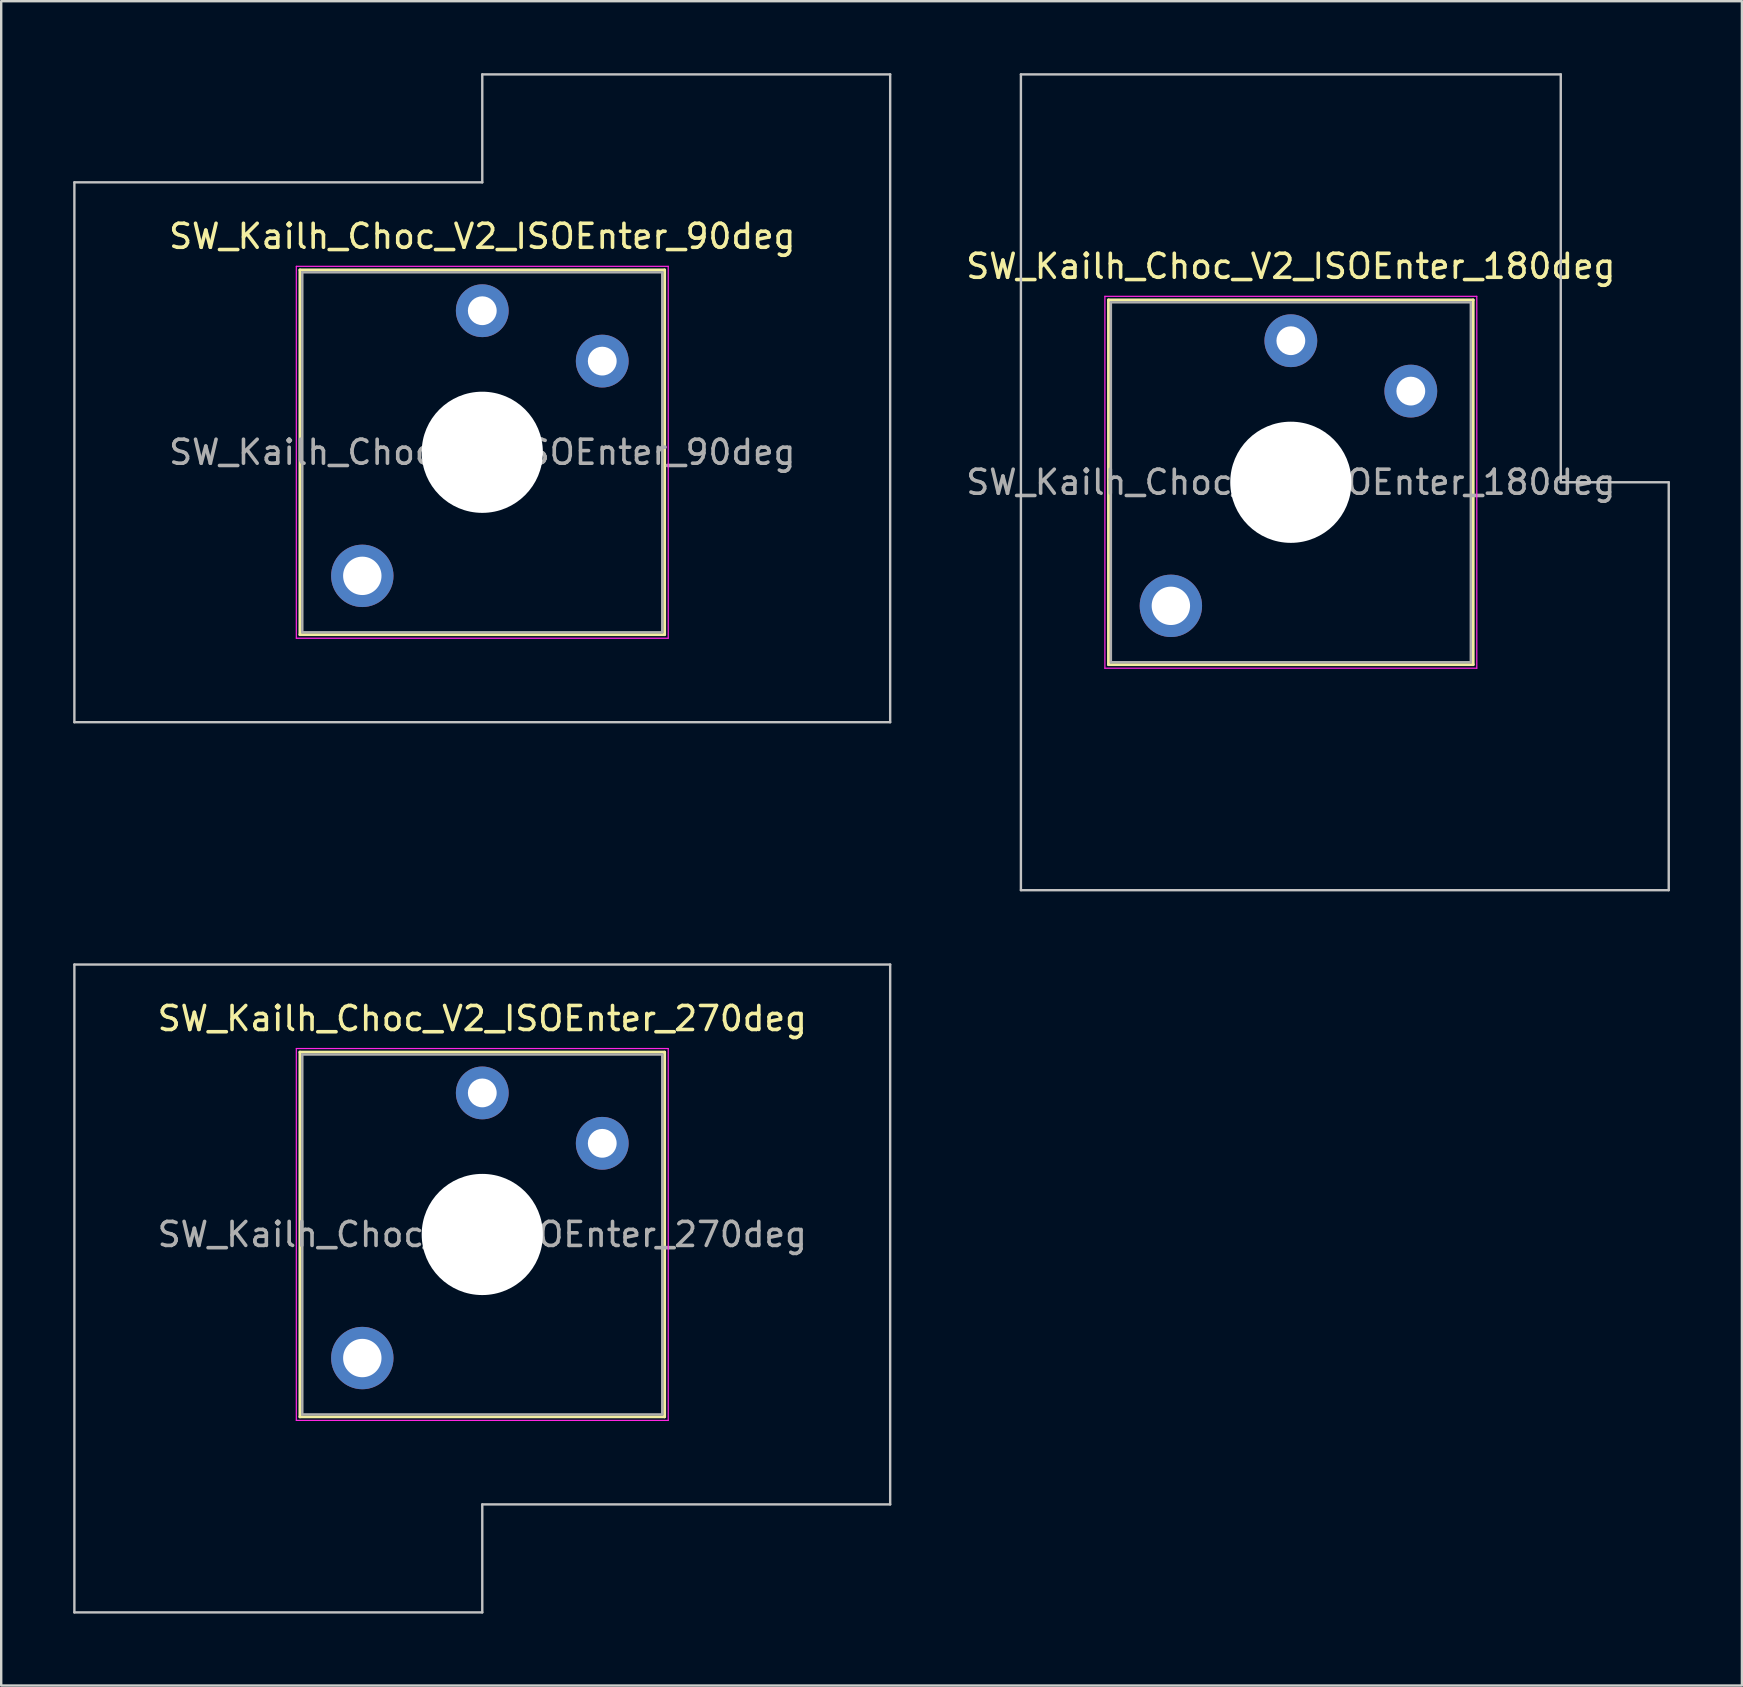
<source format=kicad_pcb>
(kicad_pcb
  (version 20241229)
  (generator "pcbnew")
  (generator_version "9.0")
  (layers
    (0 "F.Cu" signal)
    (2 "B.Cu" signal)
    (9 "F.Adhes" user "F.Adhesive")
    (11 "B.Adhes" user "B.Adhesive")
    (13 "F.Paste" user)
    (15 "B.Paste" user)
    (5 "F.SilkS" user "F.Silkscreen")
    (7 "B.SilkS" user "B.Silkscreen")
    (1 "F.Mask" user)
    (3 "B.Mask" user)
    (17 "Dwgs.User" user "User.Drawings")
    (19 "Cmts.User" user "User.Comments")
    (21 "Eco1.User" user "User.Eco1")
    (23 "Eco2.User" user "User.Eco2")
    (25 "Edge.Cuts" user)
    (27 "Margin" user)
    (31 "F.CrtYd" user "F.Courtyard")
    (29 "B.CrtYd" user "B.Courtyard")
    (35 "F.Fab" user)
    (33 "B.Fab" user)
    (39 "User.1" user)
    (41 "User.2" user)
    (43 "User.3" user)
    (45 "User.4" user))
  (footprint "SW_Kailh_Choc_V2_ISOEnter_270deg"
    (layer "F.Cu")
    (at 17.05 48.4)
    (property "Reference" "SW_Kailh_Choc_V2_ISOEnter_270deg" (at 0 -9 0) (layer "F.SilkS") (effects (font (size 1 1) (thickness 0.15))))
    (attr through_hole)
    (fp_line (start -7.6 -7.6) (end -7.6 7.6) (stroke (width 0.12) (type solid)) (layer "F.SilkS"))
    (fp_line (start -7.6 7.6) (end 7.6 7.6) (stroke (width 0.12) (type solid)) (layer "F.SilkS"))
    (fp_line (start 7.6 -7.6) (end -7.6 -7.6) (stroke (width 0.12) (type solid)) (layer "F.SilkS"))
    (fp_line (start 7.6 7.6) (end 7.6 -7.6) (stroke (width 0.12) (type solid)) (layer "F.SilkS"))
    (fp_line (start -17 -11.25) (end -17 15.75) (stroke (width 0.1) (type solid)) (layer "Dwgs.User"))
    (fp_line (start -17 15.75) (end 0 15.75) (stroke (width 0.1) (type solid)) (layer "Dwgs.User"))
    (fp_line (start 0 11.25) (end 17 11.25) (stroke (width 0.1) (type solid)) (layer "Dwgs.User"))
    (fp_line (start 0 15.75) (end 0 11.25) (stroke (width 0.1) (type solid)) (layer "Dwgs.User"))
    (fp_line (start 17 -11.25) (end -17 -11.25) (stroke (width 0.1) (type solid)) (layer "Dwgs.User"))
    (fp_line (start 17 11.25) (end 17 -11.25) (stroke (width 0.1) (type solid)) (layer "Dwgs.User"))
    (fp_line (start -7.25 -7.25) (end -7.25 7.25) (stroke (width 0.1) (type solid)) (layer "Eco1.User"))
    (fp_line (start -7.25 7.25) (end 7.25 7.25) (stroke (width 0.1) (type solid)) (layer "Eco1.User"))
    (fp_line (start 7.25 -7.25) (end -7.25 -7.25) (stroke (width 0.1) (type solid)) (layer "Eco1.User"))
    (fp_line (start 7.25 7.25) (end 7.25 -7.25) (stroke (width 0.1) (type solid)) (layer "Eco1.User"))
    (fp_line (start -7.75 -7.75) (end -7.75 7.75) (stroke (width 0.05) (type solid)) (layer "F.CrtYd"))
    (fp_line (start -7.75 7.75) (end 7.75 7.75) (stroke (width 0.05) (type solid)) (layer "F.CrtYd"))
    (fp_line (start 7.75 -7.75) (end -7.75 -7.75) (stroke (width 0.05) (type solid)) (layer "F.CrtYd"))
    (fp_line (start 7.75 7.75) (end 7.75 -7.75) (stroke (width 0.05) (type solid)) (layer "F.CrtYd"))
    (fp_line (start -7.5 -7.5) (end -7.5 7.5) (stroke (width 0.1) (type solid)) (layer "F.Fab"))
    (fp_line (start -7.5 7.5) (end 7.5 7.5) (stroke (width 0.1) (type solid)) (layer "F.Fab"))
    (fp_line (start 7.5 -7.5) (end -7.5 -7.5) (stroke (width 0.1) (type solid)) (layer "F.Fab"))
    (fp_line (start 7.5 7.5) (end 7.5 -7.5) (stroke (width 0.1) (type solid)) (layer "F.Fab"))
    (fp_text user "${REFERENCE}" (at 0 0 0) (layer "F.Fab") (effects (font (size 1 1) (thickness 0.15))))
    (pad "" smd circle (at -5 5.15) (size 1.65 1.65) (layers "F.Mask"))
    (pad "" thru_hole circle (at -5 5.15) (size 2.6 2.6) (drill 1.6) (layers "*.Cu" "B.Mask"))
    (pad "" smd circle (at 0 -5.9) (size 1.25 1.25) (layers "F.Mask"))
    (pad "" np_thru_hole circle (at 0 0) (size 5.05 5.05) (drill 5.05) (layers "*.Cu" "*.Mask"))
    (pad "" smd circle (at 5 -3.8) (size 1.25 1.25) (layers "F.Mask"))
    (pad "1" thru_hole circle (at 0 -5.9) (size 2.2 2.2) (drill 1.2) (layers "*.Cu" "B.Mask"))
    (pad "2" thru_hole circle (at 5 -3.8) (size 2.2 2.2) (drill 1.2) (layers "*.Cu" "B.Mask")))
  (footprint "SW_Kailh_Choc_V2_ISOEnter_90deg"
    (layer "F.Cu")
    (at 17.05 15.8)
    (property "Reference" "SW_Kailh_Choc_V2_ISOEnter_90deg" (at 0 -9 0) (layer "F.SilkS") (effects (font (size 1 1) (thickness 0.15))))
    (attr through_hole)
    (fp_line (start -7.6 -7.6) (end -7.6 7.6) (stroke (width 0.12) (type solid)) (layer "F.SilkS"))
    (fp_line (start -7.6 7.6) (end 7.6 7.6) (stroke (width 0.12) (type solid)) (layer "F.SilkS"))
    (fp_line (start 7.6 -7.6) (end -7.6 -7.6) (stroke (width 0.12) (type solid)) (layer "F.SilkS"))
    (fp_line (start 7.6 7.6) (end 7.6 -7.6) (stroke (width 0.12) (type solid)) (layer "F.SilkS"))
    (fp_line (start -17 -11.25) (end -17 11.25) (stroke (width 0.1) (type solid)) (layer "Dwgs.User"))
    (fp_line (start -17 11.25) (end 17 11.25) (stroke (width 0.1) (type solid)) (layer "Dwgs.User"))
    (fp_line (start 0 -15.75) (end 0 -11.25) (stroke (width 0.1) (type solid)) (layer "Dwgs.User"))
    (fp_line (start 0 -11.25) (end -17 -11.25) (stroke (width 0.1) (type solid)) (layer "Dwgs.User"))
    (fp_line (start 17 -15.75) (end 0 -15.75) (stroke (width 0.1) (type solid)) (layer "Dwgs.User"))
    (fp_line (start 17 11.25) (end 17 -15.75) (stroke (width 0.1) (type solid)) (layer "Dwgs.User"))
    (fp_line (start -7.25 -7.25) (end -7.25 7.25) (stroke (width 0.1) (type solid)) (layer "Eco1.User"))
    (fp_line (start -7.25 7.25) (end 7.25 7.25) (stroke (width 0.1) (type solid)) (layer "Eco1.User"))
    (fp_line (start 7.25 -7.25) (end -7.25 -7.25) (stroke (width 0.1) (type solid)) (layer "Eco1.User"))
    (fp_line (start 7.25 7.25) (end 7.25 -7.25) (stroke (width 0.1) (type solid)) (layer "Eco1.User"))
    (fp_line (start -7.75 -7.75) (end -7.75 7.75) (stroke (width 0.05) (type solid)) (layer "F.CrtYd"))
    (fp_line (start -7.75 7.75) (end 7.75 7.75) (stroke (width 0.05) (type solid)) (layer "F.CrtYd"))
    (fp_line (start 7.75 -7.75) (end -7.75 -7.75) (stroke (width 0.05) (type solid)) (layer "F.CrtYd"))
    (fp_line (start 7.75 7.75) (end 7.75 -7.75) (stroke (width 0.05) (type solid)) (layer "F.CrtYd"))
    (fp_line (start -7.5 -7.5) (end -7.5 7.5) (stroke (width 0.1) (type solid)) (layer "F.Fab"))
    (fp_line (start -7.5 7.5) (end 7.5 7.5) (stroke (width 0.1) (type solid)) (layer "F.Fab"))
    (fp_line (start 7.5 -7.5) (end -7.5 -7.5) (stroke (width 0.1) (type solid)) (layer "F.Fab"))
    (fp_line (start 7.5 7.5) (end 7.5 -7.5) (stroke (width 0.1) (type solid)) (layer "F.Fab"))
    (fp_text user "${REFERENCE}" (at 0 0 0) (layer "F.Fab") (effects (font (size 1 1) (thickness 0.15))))
    (pad "" smd circle (at -5 5.15) (size 1.65 1.65) (layers "F.Mask"))
    (pad "" thru_hole circle (at -5 5.15) (size 2.6 2.6) (drill 1.6) (layers "*.Cu" "B.Mask"))
    (pad "" smd circle (at 0 -5.9) (size 1.25 1.25) (layers "F.Mask"))
    (pad "" np_thru_hole circle (at 0 0) (size 5.05 5.05) (drill 5.05) (layers "*.Cu" "*.Mask"))
    (pad "" smd circle (at 5 -3.8) (size 1.25 1.25) (layers "F.Mask"))
    (pad "1" thru_hole circle (at 0 -5.9) (size 2.2 2.2) (drill 1.2) (layers "*.Cu" "B.Mask"))
    (pad "2" thru_hole circle (at 5 -3.8) (size 2.2 2.2) (drill 1.2) (layers "*.Cu" "B.Mask")))
  (footprint "SW_Kailh_Choc_V2_ISOEnter_180deg"
    (layer "F.Cu")
    (at 50.749 17.05)
    (property "Reference" "SW_Kailh_Choc_V2_ISOEnter_180deg" (at 0 -9 0) (layer "F.SilkS") (effects (font (size 1 1) (thickness 0.15))))
    (attr through_hole)
    (fp_line (start -7.6 -7.6) (end -7.6 7.6) (stroke (width 0.12) (type solid)) (layer "F.SilkS"))
    (fp_line (start -7.6 7.6) (end 7.6 7.6) (stroke (width 0.12) (type solid)) (layer "F.SilkS"))
    (fp_line (start 7.6 -7.6) (end -7.6 -7.6) (stroke (width 0.12) (type solid)) (layer "F.SilkS"))
    (fp_line (start 7.6 7.6) (end 7.6 -7.6) (stroke (width 0.12) (type solid)) (layer "F.SilkS"))
    (fp_line (start -11.25 -17) (end -11.25 17) (stroke (width 0.1) (type solid)) (layer "Dwgs.User"))
    (fp_line (start -11.25 17) (end 15.75 17) (stroke (width 0.1) (type solid)) (layer "Dwgs.User"))
    (fp_line (start 11.25 -17) (end -11.25 -17) (stroke (width 0.1) (type solid)) (layer "Dwgs.User"))
    (fp_line (start 11.25 0) (end 11.25 -17) (stroke (width 0.1) (type solid)) (layer "Dwgs.User"))
    (fp_line (start 15.75 0) (end 11.25 0) (stroke (width 0.1) (type solid)) (layer "Dwgs.User"))
    (fp_line (start 15.75 17) (end 15.75 0) (stroke (width 0.1) (type solid)) (layer "Dwgs.User"))
    (fp_line (start -7.25 -7.25) (end -7.25 7.25) (stroke (width 0.1) (type solid)) (layer "Eco1.User"))
    (fp_line (start -7.25 7.25) (end 7.25 7.25) (stroke (width 0.1) (type solid)) (layer "Eco1.User"))
    (fp_line (start 7.25 -7.25) (end -7.25 -7.25) (stroke (width 0.1) (type solid)) (layer "Eco1.User"))
    (fp_line (start 7.25 7.25) (end 7.25 -7.25) (stroke (width 0.1) (type solid)) (layer "Eco1.User"))
    (fp_line (start -7.75 -7.75) (end -7.75 7.75) (stroke (width 0.05) (type solid)) (layer "F.CrtYd"))
    (fp_line (start -7.75 7.75) (end 7.75 7.75) (stroke (width 0.05) (type solid)) (layer "F.CrtYd"))
    (fp_line (start 7.75 -7.75) (end -7.75 -7.75) (stroke (width 0.05) (type solid)) (layer "F.CrtYd"))
    (fp_line (start 7.75 7.75) (end 7.75 -7.75) (stroke (width 0.05) (type solid)) (layer "F.CrtYd"))
    (fp_line (start -7.5 -7.5) (end -7.5 7.5) (stroke (width 0.1) (type solid)) (layer "F.Fab"))
    (fp_line (start -7.5 7.5) (end 7.5 7.5) (stroke (width 0.1) (type solid)) (layer "F.Fab"))
    (fp_line (start 7.5 -7.5) (end -7.5 -7.5) (stroke (width 0.1) (type solid)) (layer "F.Fab"))
    (fp_line (start 7.5 7.5) (end 7.5 -7.5) (stroke (width 0.1) (type solid)) (layer "F.Fab"))
    (fp_text user "${REFERENCE}" (at 0 0 0) (layer "F.Fab") (effects (font (size 1 1) (thickness 0.15))))
    (pad "" smd circle (at -5 5.15) (size 1.65 1.65) (layers "F.Mask"))
    (pad "" thru_hole circle (at -5 5.15) (size 2.6 2.6) (drill 1.6) (layers "*.Cu" "B.Mask"))
    (pad "" smd circle (at 0 -5.9) (size 1.25 1.25) (layers "F.Mask"))
    (pad "" np_thru_hole circle (at 0 0) (size 5.05 5.05) (drill 5.05) (layers "*.Cu" "*.Mask"))
    (pad "" smd circle (at 5 -3.8) (size 1.25 1.25) (layers "F.Mask"))
    (pad "1" thru_hole circle (at 0 -5.9) (size 2.2 2.2) (drill 1.2) (layers "*.Cu" "B.Mask"))
    (pad "2" thru_hole circle (at 5 -3.8) (size 2.2 2.2) (drill 1.2) (layers "*.Cu" "B.Mask")))
  (gr_rect
    (start -3 -3)
    (end 69.549 67.2)
    (stroke (width 0.1) (type default))
    (fill no)
    (layer "Edge.Cuts")))
</source>
